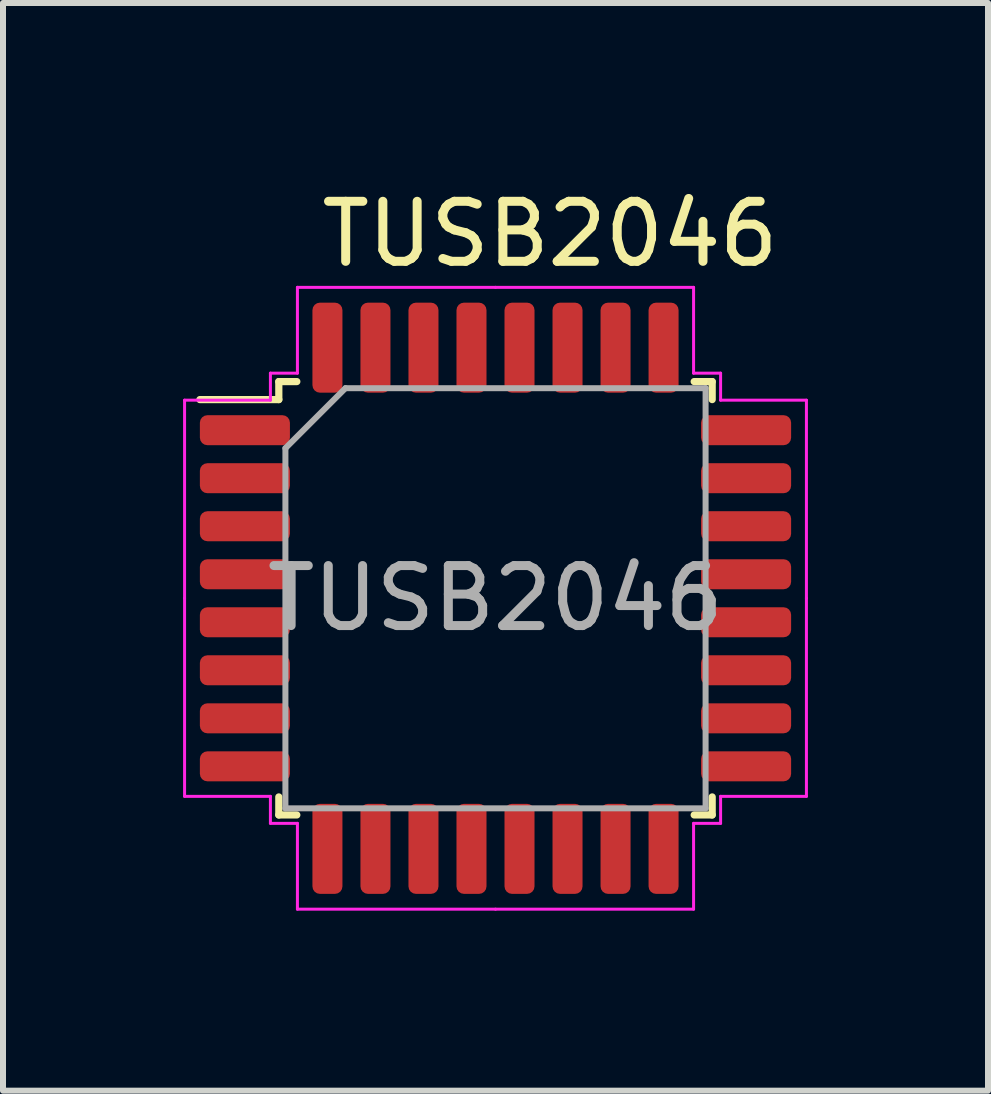
<source format=kicad_pcb>
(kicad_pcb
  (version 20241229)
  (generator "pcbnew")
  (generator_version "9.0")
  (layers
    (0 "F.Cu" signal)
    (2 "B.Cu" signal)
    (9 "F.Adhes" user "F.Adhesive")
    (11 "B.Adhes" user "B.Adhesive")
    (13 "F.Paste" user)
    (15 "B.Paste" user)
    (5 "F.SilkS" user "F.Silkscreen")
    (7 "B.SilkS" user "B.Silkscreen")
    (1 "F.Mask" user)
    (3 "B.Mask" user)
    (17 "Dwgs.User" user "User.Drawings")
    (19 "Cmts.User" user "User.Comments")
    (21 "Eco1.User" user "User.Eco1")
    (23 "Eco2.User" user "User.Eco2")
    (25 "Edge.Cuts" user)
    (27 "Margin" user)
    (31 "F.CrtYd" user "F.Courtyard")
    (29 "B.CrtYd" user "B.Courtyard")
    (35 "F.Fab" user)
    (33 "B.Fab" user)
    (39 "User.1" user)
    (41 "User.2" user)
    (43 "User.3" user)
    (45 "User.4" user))
  (footprint "TUSB2046"
    (layer "F.Cu")
    (at 5.2 7.247)
    (property "Reference" "TUSB2046" (at 0.914 -6.398 0) (layer "F.SilkS") (effects (font (size 1 1) (thickness 0.15))))
    (attr through_hole)
    (fp_line (start -3.605 -3.94) (end -3.605 -3.64) (stroke (width 0.12) (type solid)) (layer "F.SilkS"))
    (fp_line (start -3.605 -3.64) (end -4.92 -3.64) (stroke (width 0.12) (type solid)) (layer "F.SilkS"))
    (fp_line (start -3.605 3.28) (end -3.605 2.98) (stroke (width 0.12) (type solid)) (layer "F.SilkS"))
    (fp_line (start -3.305 -3.94) (end -3.605 -3.94) (stroke (width 0.12) (type solid)) (layer "F.SilkS"))
    (fp_line (start -3.305 3.28) (end -3.605 3.28) (stroke (width 0.12) (type solid)) (layer "F.SilkS"))
    (fp_line (start 3.315 -3.94) (end 3.615 -3.94) (stroke (width 0.12) (type solid)) (layer "F.SilkS"))
    (fp_line (start 3.315 3.28) (end 3.615 3.28) (stroke (width 0.12) (type solid)) (layer "F.SilkS"))
    (fp_line (start 3.615 -3.94) (end 3.615 -3.64) (stroke (width 0.12) (type solid)) (layer "F.SilkS"))
    (fp_line (start 3.615 3.28) (end 3.615 2.98) (stroke (width 0.12) (type solid)) (layer "F.SilkS"))
    (fp_line (start -5.175 -3.63) (end -5.175 -0.33) (stroke (width 0.05) (type solid)) (layer "F.CrtYd"))
    (fp_line (start -5.175 2.97) (end -5.175 -0.33) (stroke (width 0.05) (type solid)) (layer "F.CrtYd"))
    (fp_line (start -3.745 -4.08) (end -3.745 -3.63) (stroke (width 0.05) (type solid)) (layer "F.CrtYd"))
    (fp_line (start -3.745 -3.63) (end -5.175 -3.63) (stroke (width 0.05) (type solid)) (layer "F.CrtYd"))
    (fp_line (start -3.745 2.97) (end -5.175 2.97) (stroke (width 0.05) (type solid)) (layer "F.CrtYd"))
    (fp_line (start -3.745 3.42) (end -3.745 2.97) (stroke (width 0.05) (type solid)) (layer "F.CrtYd"))
    (fp_line (start -3.295 -5.51) (end -3.295 -4.08) (stroke (width 0.05) (type solid)) (layer "F.CrtYd"))
    (fp_line (start -3.295 -4.08) (end -3.745 -4.08) (stroke (width 0.05) (type solid)) (layer "F.CrtYd"))
    (fp_line (start -3.295 3.42) (end -3.745 3.42) (stroke (width 0.05) (type solid)) (layer "F.CrtYd"))
    (fp_line (start -3.295 4.85) (end -3.295 3.42) (stroke (width 0.05) (type solid)) (layer "F.CrtYd"))
    (fp_line (start 0.005 -5.51) (end -3.295 -5.51) (stroke (width 0.05) (type solid)) (layer "F.CrtYd"))
    (fp_line (start 0.005 -5.51) (end 3.305 -5.51) (stroke (width 0.05) (type solid)) (layer "F.CrtYd"))
    (fp_line (start 0.005 4.85) (end -3.295 4.85) (stroke (width 0.05) (type solid)) (layer "F.CrtYd"))
    (fp_line (start 0.005 4.85) (end 3.305 4.85) (stroke (width 0.05) (type solid)) (layer "F.CrtYd"))
    (fp_line (start 3.305 -5.51) (end 3.305 -4.08) (stroke (width 0.05) (type solid)) (layer "F.CrtYd"))
    (fp_line (start 3.305 -4.08) (end 3.755 -4.08) (stroke (width 0.05) (type solid)) (layer "F.CrtYd"))
    (fp_line (start 3.305 3.42) (end 3.755 3.42) (stroke (width 0.05) (type solid)) (layer "F.CrtYd"))
    (fp_line (start 3.305 4.85) (end 3.305 3.42) (stroke (width 0.05) (type solid)) (layer "F.CrtYd"))
    (fp_line (start 3.755 -4.08) (end 3.755 -3.63) (stroke (width 0.05) (type solid)) (layer "F.CrtYd"))
    (fp_line (start 3.755 -3.63) (end 5.185 -3.63) (stroke (width 0.05) (type solid)) (layer "F.CrtYd"))
    (fp_line (start 3.755 2.97) (end 5.185 2.97) (stroke (width 0.05) (type solid)) (layer "F.CrtYd"))
    (fp_line (start 3.755 3.42) (end 3.755 2.97) (stroke (width 0.05) (type solid)) (layer "F.CrtYd"))
    (fp_line (start 5.185 -3.63) (end 5.185 -0.33) (stroke (width 0.05) (type solid)) (layer "F.CrtYd"))
    (fp_line (start 5.185 2.97) (end 5.185 -0.33) (stroke (width 0.05) (type solid)) (layer "F.CrtYd"))
    (fp_line (start -3.495 -2.83) (end -2.495 -3.83) (stroke (width 0.1) (type solid)) (layer "F.Fab"))
    (fp_line (start -3.495 3.17) (end -3.495 -2.83) (stroke (width 0.1) (type solid)) (layer "F.Fab"))
    (fp_line (start -2.495 -3.83) (end 3.505 -3.83) (stroke (width 0.1) (type solid)) (layer "F.Fab"))
    (fp_line (start 3.505 -3.83) (end 3.505 3.17) (stroke (width 0.1) (type solid)) (layer "F.Fab"))
    (fp_line (start 3.505 3.17) (end -3.495 3.17) (stroke (width 0.1) (type solid)) (layer "F.Fab"))
    (fp_text user "${REFERENCE}" (at 0.005 -0.33 0) (layer "F.Fab") (effects (font (size 1 1) (thickness 0.15))))
    (pad "1" smd roundrect (at -4.17 -3.13) (size 1.5 0.5) (layers "F.Cu" "F.Mask" "F.Paste") (roundrect_rratio 0.25))
    (pad "2" smd roundrect (at -4.17 -2.33) (size 1.5 0.5) (layers "F.Cu" "F.Mask" "F.Paste") (roundrect_rratio 0.25))
    (pad "3" smd roundrect (at -4.17 -1.53) (size 1.5 0.5) (layers "F.Cu" "F.Mask" "F.Paste") (roundrect_rratio 0.25))
    (pad "4" smd roundrect (at -4.17 -0.73) (size 1.5 0.5) (layers "F.Cu" "F.Mask" "F.Paste") (roundrect_rratio 0.25))
    (pad "5" smd roundrect (at -4.17 0.07) (size 1.5 0.5) (layers "F.Cu" "F.Mask" "F.Paste") (roundrect_rratio 0.25))
    (pad "6" smd roundrect (at -4.17 0.87) (size 1.5 0.5) (layers "F.Cu" "F.Mask" "F.Paste") (roundrect_rratio 0.25))
    (pad "7" smd roundrect (at -4.17 1.67) (size 1.5 0.5) (layers "F.Cu" "F.Mask" "F.Paste") (roundrect_rratio 0.25))
    (pad "8" smd roundrect (at -4.17 2.47) (size 1.5 0.5) (layers "F.Cu" "F.Mask" "F.Paste") (roundrect_rratio 0.25))
    (pad "9" smd roundrect (at -2.795 3.845) (size 0.5 1.5) (layers "F.Cu" "F.Mask" "F.Paste") (roundrect_rratio 0.25))
    (pad "10" smd roundrect (at -1.995 3.845) (size 0.5 1.5) (layers "F.Cu" "F.Mask" "F.Paste") (roundrect_rratio 0.25))
    (pad "11" smd roundrect (at -1.195 3.845) (size 0.5 1.5) (layers "F.Cu" "F.Mask" "F.Paste") (roundrect_rratio 0.25))
    (pad "12" smd roundrect (at -0.395 3.845) (size 0.5 1.5) (layers "F.Cu" "F.Mask" "F.Paste") (roundrect_rratio 0.25))
    (pad "13" smd roundrect (at 0.405 3.845) (size 0.5 1.5) (layers "F.Cu" "F.Mask" "F.Paste") (roundrect_rratio 0.25))
    (pad "14" smd roundrect (at 1.205 3.845) (size 0.5 1.5) (layers "F.Cu" "F.Mask" "F.Paste") (roundrect_rratio 0.25))
    (pad "15" smd roundrect (at 2.005 3.845) (size 0.5 1.5) (layers "F.Cu" "F.Mask" "F.Paste") (roundrect_rratio 0.25))
    (pad "16" smd roundrect (at 2.805 3.845) (size 0.5 1.5) (layers "F.Cu" "F.Mask" "F.Paste") (roundrect_rratio 0.25))
    (pad "17" smd roundrect (at 4.18 2.47) (size 1.5 0.5) (layers "F.Cu" "F.Mask" "F.Paste") (roundrect_rratio 0.25))
    (pad "18" smd roundrect (at 4.18 1.67) (size 1.5 0.5) (layers "F.Cu" "F.Mask" "F.Paste") (roundrect_rratio 0.25))
    (pad "19" smd roundrect (at 4.18 0.87) (size 1.5 0.5) (layers "F.Cu" "F.Mask" "F.Paste") (roundrect_rratio 0.25))
    (pad "20" smd roundrect (at 4.18 0.07) (size 1.5 0.5) (layers "F.Cu" "F.Mask" "F.Paste") (roundrect_rratio 0.25))
    (pad "21" smd roundrect (at 4.18 -0.73) (size 1.5 0.5) (layers "F.Cu" "F.Mask" "F.Paste") (roundrect_rratio 0.25))
    (pad "22" smd roundrect (at 4.18 -1.53) (size 1.5 0.5) (layers "F.Cu" "F.Mask" "F.Paste") (roundrect_rratio 0.25))
    (pad "23" smd roundrect (at 4.18 -2.33) (size 1.5 0.5) (layers "F.Cu" "F.Mask" "F.Paste") (roundrect_rratio 0.25))
    (pad "24" smd roundrect (at 4.18 -3.13) (size 1.5 0.5) (layers "F.Cu" "F.Mask" "F.Paste") (roundrect_rratio 0.25))
    (pad "25" smd roundrect (at 2.805 -4.505) (size 0.5 1.5) (layers "F.Cu" "F.Mask" "F.Paste") (roundrect_rratio 0.25))
    (pad "26" smd roundrect (at 2.005 -4.505) (size 0.5 1.5) (layers "F.Cu" "F.Mask" "F.Paste") (roundrect_rratio 0.25))
    (pad "27" smd roundrect (at 1.205 -4.505) (size 0.5 1.5) (layers "F.Cu" "F.Mask" "F.Paste") (roundrect_rratio 0.25))
    (pad "28" smd roundrect (at 0.405 -4.505) (size 0.5 1.5) (layers "F.Cu" "F.Mask" "F.Paste") (roundrect_rratio 0.25))
    (pad "29" smd roundrect (at -0.395 -4.505) (size 0.5 1.5) (layers "F.Cu" "F.Mask" "F.Paste") (roundrect_rratio 0.25))
    (pad "30" smd roundrect (at -1.195 -4.505) (size 0.5 1.5) (layers "F.Cu" "F.Mask" "F.Paste") (roundrect_rratio 0.25))
    (pad "31" smd roundrect (at -1.995 -4.505) (size 0.5 1.5) (layers "F.Cu" "F.Mask" "F.Paste") (roundrect_rratio 0.25))
    (pad "32" smd roundrect (at -2.795 -4.505) (size 0.5 1.5) (layers "F.Cu" "F.Mask" "F.Paste") (roundrect_rratio 0.25)))
  (gr_rect
    (start -3 -3)
    (end 13.41 15.121)
    (stroke (width 0.1) (type default))
    (fill no)
    (layer "Edge.Cuts")))
</source>
